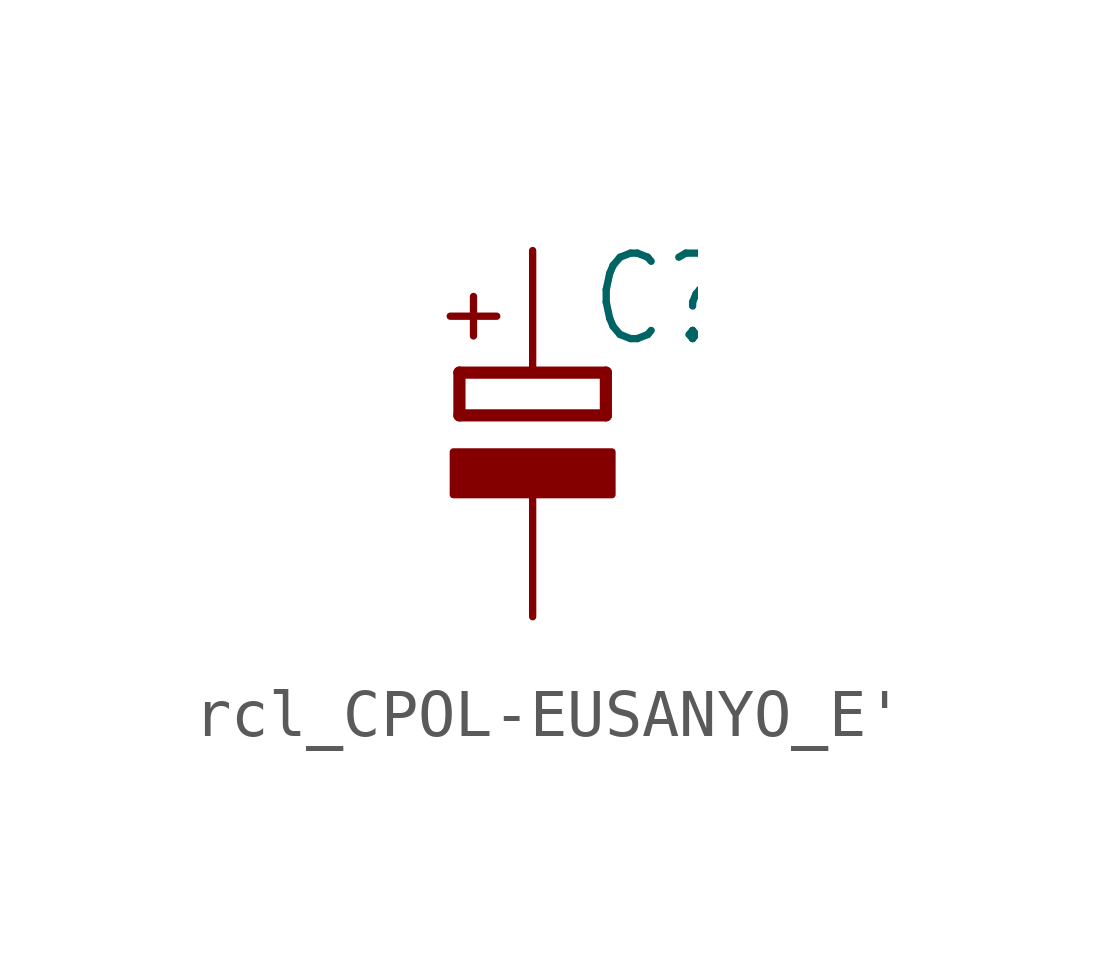
<source format=kicad_sym>
(kicad_symbol_lib
  (version 20231120)
  (generator "kicad_symbol_editor")
  (generator_version "8.0")
  (symbol "rcl_CPOL-EUSANYO_E'"
    (property "Reference" "C"
      (at 1.143 0.483 0)
      (effects (font (size 1.778 1.511)) (justify left bottom)))
    (property "Value" ""
      (at 1.143 -4.597 0)
      (effects (font (size 1.778 1.511)) (justify left bottom)))
    (property "ki_locked" ""
      (at 0 0 0)
      (effects (font (size 1.27 1.27))))
    (symbol "rcl_CPOL-EUSANYO_E'_1_0"
      (rectangle (start -1.651 -2.54) (end 1.651 -1.651) (stroke (width 0) (type default)) (fill (type outline)))
      (polyline (pts (xy -1.524 -0.889) (xy 1.524 -0.889)) (stroke (width 0.254) (type solid)) (fill (type none)))
      (polyline (pts (xy -1.524 0) (xy -1.524 -0.889)) (stroke (width 0.254) (type solid)) (fill (type none)))
      (polyline (pts (xy -1.524 0) (xy 1.524 0)) (stroke (width 0.254) (type solid)) (fill (type none)))
      (polyline (pts (xy 1.524 -0.889) (xy 1.524 0)) (stroke (width 0.254) (type solid)) (fill (type none)))
      (text "+" (at -0.584 0.406 900) (effects (font (size 1.27 1.079)) (justify left bottom)))
      (pin passive line (at 0 2.54 270) (length 2.54) (name "+" (effects (font (size 0 0)))) (number "+" (effects (font (size 0 0)))))
      (pin passive line (at 0 -5.08 90) (length 2.54) (name "-" (effects (font (size 0 0)))) (number "-" (effects (font (size 0 0))))))))
</source>
